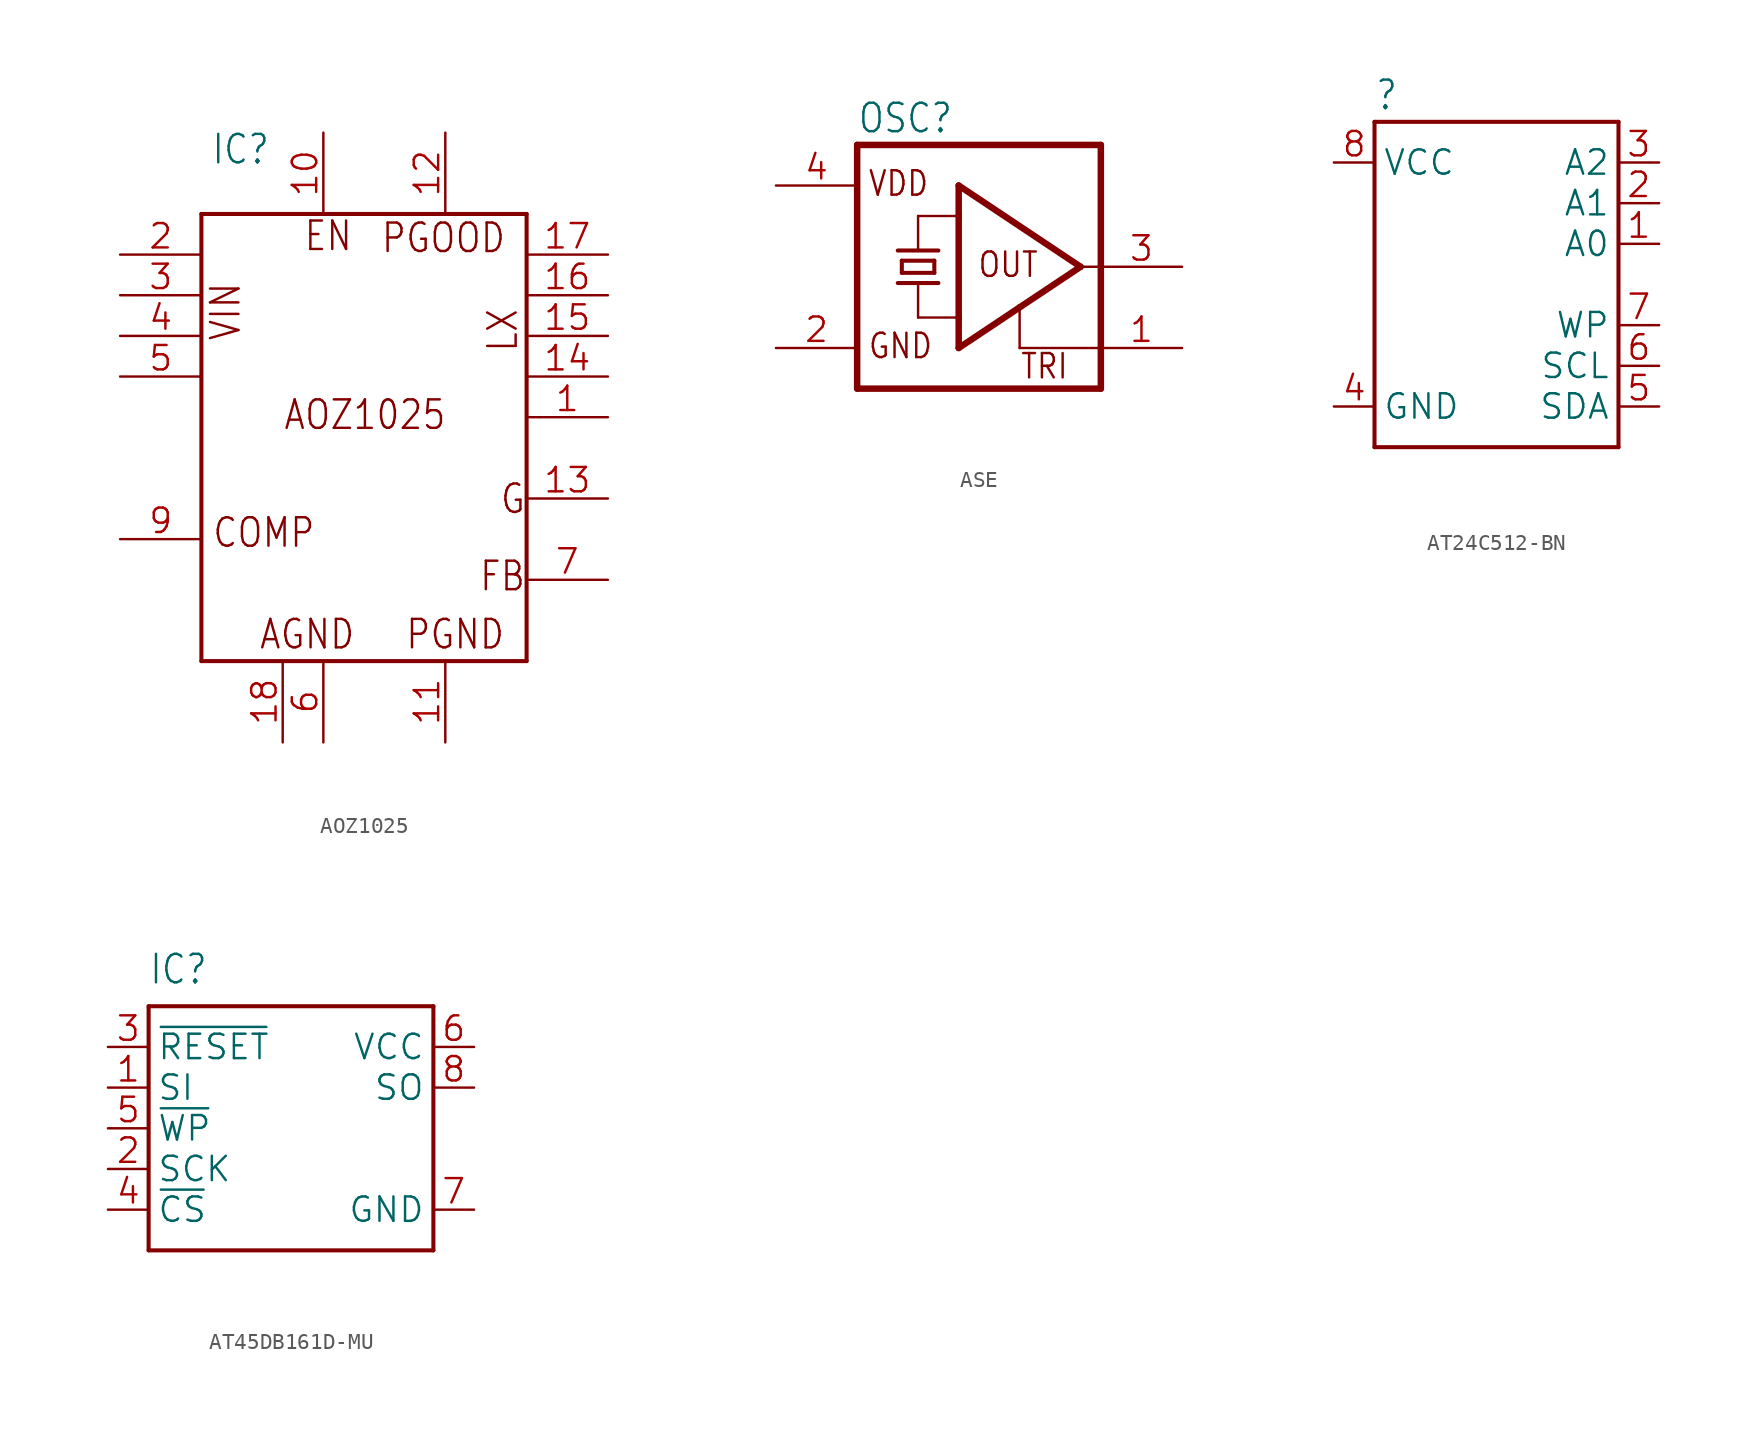
<source format=kicad_sym>
(kicad_symbol_lib
  (version 20241209)
  (generator "kicad_symbol_editor")
  (generator_version "9.0")
  (symbol "AOZ1025"
    (property "Reference" "IC"
      (at -5.842 20.32 0)
      (effects (font (size 1.778 1.511)) (justify right top)))
    (property "Value" ""
      (at -5.08 17.78 0)
      (effects (font (size 1.778 1.511)) (justify right top)))
    (property "ki_locked" ""
      (at 0 0 0)
      (effects (font (size 1.27 1.27))))
    (symbol "AOZ1025_1_0"
      (polyline (pts (xy -10.16 15.24) (xy 10.16 15.24)) (stroke (width 0.254) (type solid)) (fill (type none)))
      (polyline (pts (xy -10.16 -12.7) (xy -10.16 15.24)) (stroke (width 0.254) (type solid)) (fill (type none)))
      (polyline (pts (xy 10.16 15.24) (xy 10.16 -12.7)) (stroke (width 0.254) (type solid)) (fill (type none)))
      (polyline (pts (xy 10.16 -12.7) (xy -10.16 -12.7)) (stroke (width 0.254) (type solid)) (fill (type none)))
      (text "COMP" (at -9.525 -5.715 0) (effects (font (size 1.778 1.511)) (justify left bottom)))
      (text "VIN" (at -7.62 7.239 900) (effects (font (size 1.778 1.511)) (justify left bottom)))
      (text "AGND" (at -6.604 -12.065 0) (effects (font (size 1.778 1.511)) (justify left bottom)))
      (text "AOZ1025" (at -5.08 1.651 0) (effects (font (size 1.778 1.511)) (justify left bottom)))
      (text "EN" (at -3.81 12.827 0) (effects (font (size 1.778 1.511)) (justify left bottom)))
      (text "PGOOD" (at 1.016 12.7 0) (effects (font (size 1.778 1.511)) (justify left bottom)))
      (text "PGND" (at 2.54 -12.065 0) (effects (font (size 1.778 1.511)) (justify left bottom)))
      (text "LX" (at 7.62 9.398 900) (effects (font (size 1.778 1.511)) (justify right top)))
      (text "G" (at 10.16 -1.524 0) (effects (font (size 1.778 1.511)) (justify right top)))
      (text "FB" (at 10.16 -6.35 0) (effects (font (size 1.778 1.511)) (justify right top)))
      (pin bidirectional line (at -15.24 12.7 0) (length 5.08) (name "VIN1" (effects (font (size 0 0)))) (number "2" (effects (font (size 1.524 1.524)))))
      (pin bidirectional line (at -15.24 10.16 0) (length 5.08) (name "VIN2" (effects (font (size 0 0)))) (number "3" (effects (font (size 1.524 1.524)))))
      (pin bidirectional line (at -15.24 7.62 0) (length 5.08) (name "VIN3" (effects (font (size 0 0)))) (number "4" (effects (font (size 1.524 1.524)))))
      (pin bidirectional line (at -15.24 5.08 0) (length 5.08) (name "VIN4" (effects (font (size 0 0)))) (number "5" (effects (font (size 1.524 1.524)))))
      (pin bidirectional line (at -15.24 -5.08 0) (length 5.08) (name "COMP" (effects (font (size 0 0)))) (number "9" (effects (font (size 1.524 1.524)))))
      (pin bidirectional line (at -5.08 -17.78 90) (length 5.08) (name "AGND2" (effects (font (size 0 0)))) (number "18" (effects (font (size 1.524 1.524)))))
      (pin bidirectional line (at -2.54 20.32 270) (length 5.08) (name "EN" (effects (font (size 0 0)))) (number "10" (effects (font (size 1.524 1.524)))))
      (pin bidirectional line (at -2.54 -17.78 90) (length 5.08) (name "AGND1" (effects (font (size 0 0)))) (number "6" (effects (font (size 1.524 1.524)))))
      (pin bidirectional line (at 5.08 20.32 270) (length 5.08) (name "PGOOD" (effects (font (size 0 0)))) (number "12" (effects (font (size 1.524 1.524)))))
      (pin bidirectional line (at 5.08 -17.78 90) (length 5.08) (name "PGND" (effects (font (size 0 0)))) (number "11" (effects (font (size 1.524 1.524)))))
      (pin bidirectional line (at 15.24 12.7 180) (length 5.08) (name "LX5" (effects (font (size 0 0)))) (number "17" (effects (font (size 1.524 1.524)))))
      (pin bidirectional line (at 15.24 10.16 180) (length 5.08) (name "LX4" (effects (font (size 0 0)))) (number "16" (effects (font (size 1.524 1.524)))))
      (pin bidirectional line (at 15.24 7.62 180) (length 5.08) (name "LX3" (effects (font (size 0 0)))) (number "15" (effects (font (size 1.524 1.524)))))
      (pin bidirectional line (at 15.24 5.08 180) (length 5.08) (name "LX2" (effects (font (size 0 0)))) (number "14" (effects (font (size 1.524 1.524)))))
      (pin bidirectional line (at 15.24 2.54 180) (length 5.08) (name "LX1" (effects (font (size 0 0)))) (number "1" (effects (font (size 1.524 1.524)))))
      (pin bidirectional line (at 15.24 -2.54 180) (length 5.08) (name "G" (effects (font (size 0 0)))) (number "13" (effects (font (size 1.524 1.524)))))
      (pin bidirectional line (at 15.24 -7.62 180) (length 5.08) (name "FB" (effects (font (size 0 0)))) (number "7" (effects (font (size 1.524 1.524)))))))
  (symbol "ASE"
    (property "Reference" "OSC"
      (at -7.62 8.255 0)
      (effects (font (size 1.778 1.511)) (justify left bottom)))
    (property "Value" ""
      (at -7.62 -10.16 0)
      (effects (font (size 1.778 1.511)) (justify left bottom)))
    (property "ki_locked" ""
      (at 0 0 0)
      (effects (font (size 1.27 1.27))))
    (symbol "ASE_1_0"
      (polyline (pts (xy -7.62 7.62) (xy -7.62 -7.62)) (stroke (width 0.406) (type solid)) (fill (type none)))
      (polyline (pts (xy -7.62 7.62) (xy 7.62 7.62)) (stroke (width 0.406) (type solid)) (fill (type none)))
      (polyline (pts (xy -5.08 1.016) (xy -2.54 1.016)) (stroke (width 0.254) (type solid)) (fill (type none)))
      (polyline (pts (xy -5.08 -1.016) (xy -3.81 -1.016)) (stroke (width 0.254) (type solid)) (fill (type none)))
      (polyline (pts (xy -4.826 0.381) (xy -2.794 0.381)) (stroke (width 0.254) (type solid)) (fill (type none)))
      (polyline (pts (xy -4.826 -0.381) (xy -4.826 0.381)) (stroke (width 0.254) (type solid)) (fill (type none)))
      (polyline (pts (xy -4.826 -0.381) (xy -2.794 -0.381)) (stroke (width 0.254) (type solid)) (fill (type none)))
      (polyline (pts (xy -3.81 3.175) (xy -1.27 3.175)) (stroke (width 0.152) (type solid)) (fill (type none)))
      (polyline (pts (xy -3.81 1.016) (xy -3.81 3.175)) (stroke (width 0.152) (type solid)) (fill (type none)))
      (polyline (pts (xy -3.81 -1.016) (xy -2.54 -1.016)) (stroke (width 0.254) (type solid)) (fill (type none)))
      (polyline (pts (xy -3.81 -3.175) (xy -3.81 -1.016)) (stroke (width 0.152) (type solid)) (fill (type none)))
      (polyline (pts (xy -3.81 -3.175) (xy -1.27 -3.175)) (stroke (width 0.152) (type solid)) (fill (type none)))
      (polyline (pts (xy -2.794 0.381) (xy -2.794 -0.381)) (stroke (width 0.254) (type solid)) (fill (type none)))
      (polyline (pts (xy -1.27 5.08) (xy 6.35 0)) (stroke (width 0.406) (type solid)) (fill (type none)))
      (polyline (pts (xy -1.27 3.175) (xy -1.27 5.08)) (stroke (width 0.406) (type solid)) (fill (type none)))
      (polyline (pts (xy -1.27 -3.175) (xy -1.27 3.175)) (stroke (width 0.406) (type solid)) (fill (type none)))
      (polyline (pts (xy -1.27 -5.08) (xy -1.27 -3.175)) (stroke (width 0.406) (type solid)) (fill (type none)))
      (polyline (pts (xy 2.54 -2.54) (xy -1.27 -5.08)) (stroke (width 0.406) (type solid)) (fill (type none)))
      (polyline (pts (xy 2.54 -5.08) (xy 2.54 -2.54)) (stroke (width 0.152) (type solid)) (fill (type none)))
      (polyline (pts (xy 6.35 0) (xy 2.54 -2.54)) (stroke (width 0.406) (type solid)) (fill (type none)))
      (polyline (pts (xy 6.35 0) (xy 7.62 0)) (stroke (width 0.152) (type solid)) (fill (type none)))
      (polyline (pts (xy 7.62 0) (xy 7.62 7.62)) (stroke (width 0.406) (type solid)) (fill (type none)))
      (polyline (pts (xy 7.62 -5.08) (xy 2.54 -5.08)) (stroke (width 0.152) (type solid)) (fill (type none)))
      (polyline (pts (xy 7.62 -5.08) (xy 7.62 0)) (stroke (width 0.406) (type solid)) (fill (type none)))
      (polyline (pts (xy 7.62 -7.62) (xy -7.62 -7.62)) (stroke (width 0.406) (type solid)) (fill (type none)))
      (polyline (pts (xy 7.62 -7.62) (xy 7.62 -5.08)) (stroke (width 0.406) (type solid)) (fill (type none)))
      (text "VDD" (at -6.985 4.318 0) (effects (font (size 1.524 1.295)) (justify left bottom)))
      (text "GND" (at -6.985 -5.842 0) (effects (font (size 1.524 1.295)) (justify left bottom)))
      (text "OUT" (at -0.127 -0.762 0) (effects (font (size 1.524 1.295)) (justify left bottom)))
      (text "TRI" (at 2.54 -7.112 0) (effects (font (size 1.524 1.295)) (justify left bottom)))
      (pin power_in line (at -12.7 5.08 0) (length 5.08) (name "VDD" (effects (font (size 0 0)))) (number "4" (effects (font (size 1.524 1.524)))))
      (pin power_in line (at -12.7 -5.08 0) (length 5.08) (name "GND" (effects (font (size 0 0)))) (number "2" (effects (font (size 1.524 1.524)))))
      (pin output line (at 12.7 0 180) (length 5.08) (name "OUT" (effects (font (size 0 0)))) (number "3" (effects (font (size 1.524 1.524)))))
      (pin input line (at 12.7 -5.08 180) (length 5.08) (name "TRI" (effects (font (size 0 0)))) (number "1" (effects (font (size 1.524 1.524)))))))
  (symbol "AT24C512-BN"
    (property "Reference" ""
      (at -7.62 10.795 0)
      (effects (font (size 1.778 1.511)) (justify left bottom)))
    (property "Value" ""
      (at -7.62 -12.7 0)
      (effects (font (size 1.778 1.511)) (justify left bottom)))
    (property "ki_locked" ""
      (at 0 0 0)
      (effects (font (size 1.27 1.27))))
    (symbol "AT24C512-BN_1_0"
      (polyline (pts (xy -7.62 10.16) (xy 7.62 10.16)) (stroke (width 0.254) (type solid)) (fill (type none)))
      (polyline (pts (xy -7.62 -10.16) (xy -7.62 10.16)) (stroke (width 0.254) (type solid)) (fill (type none)))
      (polyline (pts (xy 7.62 10.16) (xy 7.62 -10.16)) (stroke (width 0.254) (type solid)) (fill (type none)))
      (polyline (pts (xy 7.62 -10.16) (xy -7.62 -10.16)) (stroke (width 0.254) (type solid)) (fill (type none)))
      (pin power_in line (at -10.16 7.62 0) (length 2.54) (name "VCC" (effects (font (size 1.524 1.524)))) (number "8" (effects (font (size 1.524 1.524)))))
      (pin power_in line (at -10.16 -7.62 0) (length 2.54) (name "GND" (effects (font (size 1.524 1.524)))) (number "4" (effects (font (size 1.524 1.524)))))
      (pin input line (at 10.16 7.62 180) (length 2.54) (name "A2" (effects (font (size 1.524 1.524)))) (number "3" (effects (font (size 1.524 1.524)))))
      (pin input line (at 10.16 5.08 180) (length 2.54) (name "A1" (effects (font (size 1.524 1.524)))) (number "2" (effects (font (size 1.524 1.524)))))
      (pin input line (at 10.16 2.54 180) (length 2.54) (name "A0" (effects (font (size 1.524 1.524)))) (number "1" (effects (font (size 1.524 1.524)))))
      (pin input line (at 10.16 -2.54 180) (length 2.54) (name "WP" (effects (font (size 1.524 1.524)))) (number "7" (effects (font (size 1.524 1.524)))))
      (pin bidirectional line (at 10.16 -5.08 180) (length 2.54) (name "SCL" (effects (font (size 1.524 1.524)))) (number "6" (effects (font (size 1.524 1.524)))))
      (pin bidirectional line (at 10.16 -7.62 180) (length 2.54) (name "SDA" (effects (font (size 1.524 1.524)))) (number "5" (effects (font (size 1.524 1.524)))))))
  (symbol "AT45DB161D-MU"
    (property "Reference" "IC"
      (at -7.62 8.89 0)
      (effects (font (size 1.778 1.511)) (justify left bottom)))
    (property "Value" ""
      (at -7.62 -10.16 0)
      (effects (font (size 1.778 1.511)) (justify left bottom)))
    (property "ki_locked" ""
      (at 0 0 0)
      (effects (font (size 1.27 1.27))))
    (symbol "AT45DB161D-MU_1_0"
      (polyline (pts (xy -7.62 7.62) (xy 10.16 7.62)) (stroke (width 0.254) (type solid)) (fill (type none)))
      (polyline (pts (xy -7.62 -7.62) (xy -7.62 7.62)) (stroke (width 0.254) (type solid)) (fill (type none)))
      (polyline (pts (xy 10.16 7.62) (xy 10.16 -7.62)) (stroke (width 0.254) (type solid)) (fill (type none)))
      (polyline (pts (xy 10.16 -7.62) (xy -7.62 -7.62)) (stroke (width 0.254) (type solid)) (fill (type none)))
      (pin input line (at -10.16 5.08 0) (length 2.54) (name "~{RESET}" (effects (font (size 1.524 1.524)))) (number "3" (effects (font (size 1.524 1.524)))))
      (pin input line (at -10.16 2.54 0) (length 2.54) (name "SI" (effects (font (size 1.524 1.524)))) (number "1" (effects (font (size 1.524 1.524)))))
      (pin input line (at -10.16 0 0) (length 2.54) (name "~{WP}" (effects (font (size 1.524 1.524)))) (number "5" (effects (font (size 1.524 1.524)))))
      (pin input line (at -10.16 -2.54 0) (length 2.54) (name "SCK" (effects (font (size 1.524 1.524)))) (number "2" (effects (font (size 1.524 1.524)))))
      (pin input line (at -10.16 -5.08 0) (length 2.54) (name "~{CS}" (effects (font (size 1.524 1.524)))) (number "4" (effects (font (size 1.524 1.524)))))
      (pin power_in line (at 12.7 5.08 180) (length 2.54) (name "VCC" (effects (font (size 1.524 1.524)))) (number "6" (effects (font (size 1.524 1.524)))))
      (pin output line (at 12.7 2.54 180) (length 2.54) (name "SO" (effects (font (size 1.524 1.524)))) (number "8" (effects (font (size 1.524 1.524)))))
      (pin power_in line (at 12.7 -5.08 180) (length 2.54) (name "GND" (effects (font (size 1.524 1.524)))) (number "7" (effects (font (size 1.524 1.524))))))))
</source>
